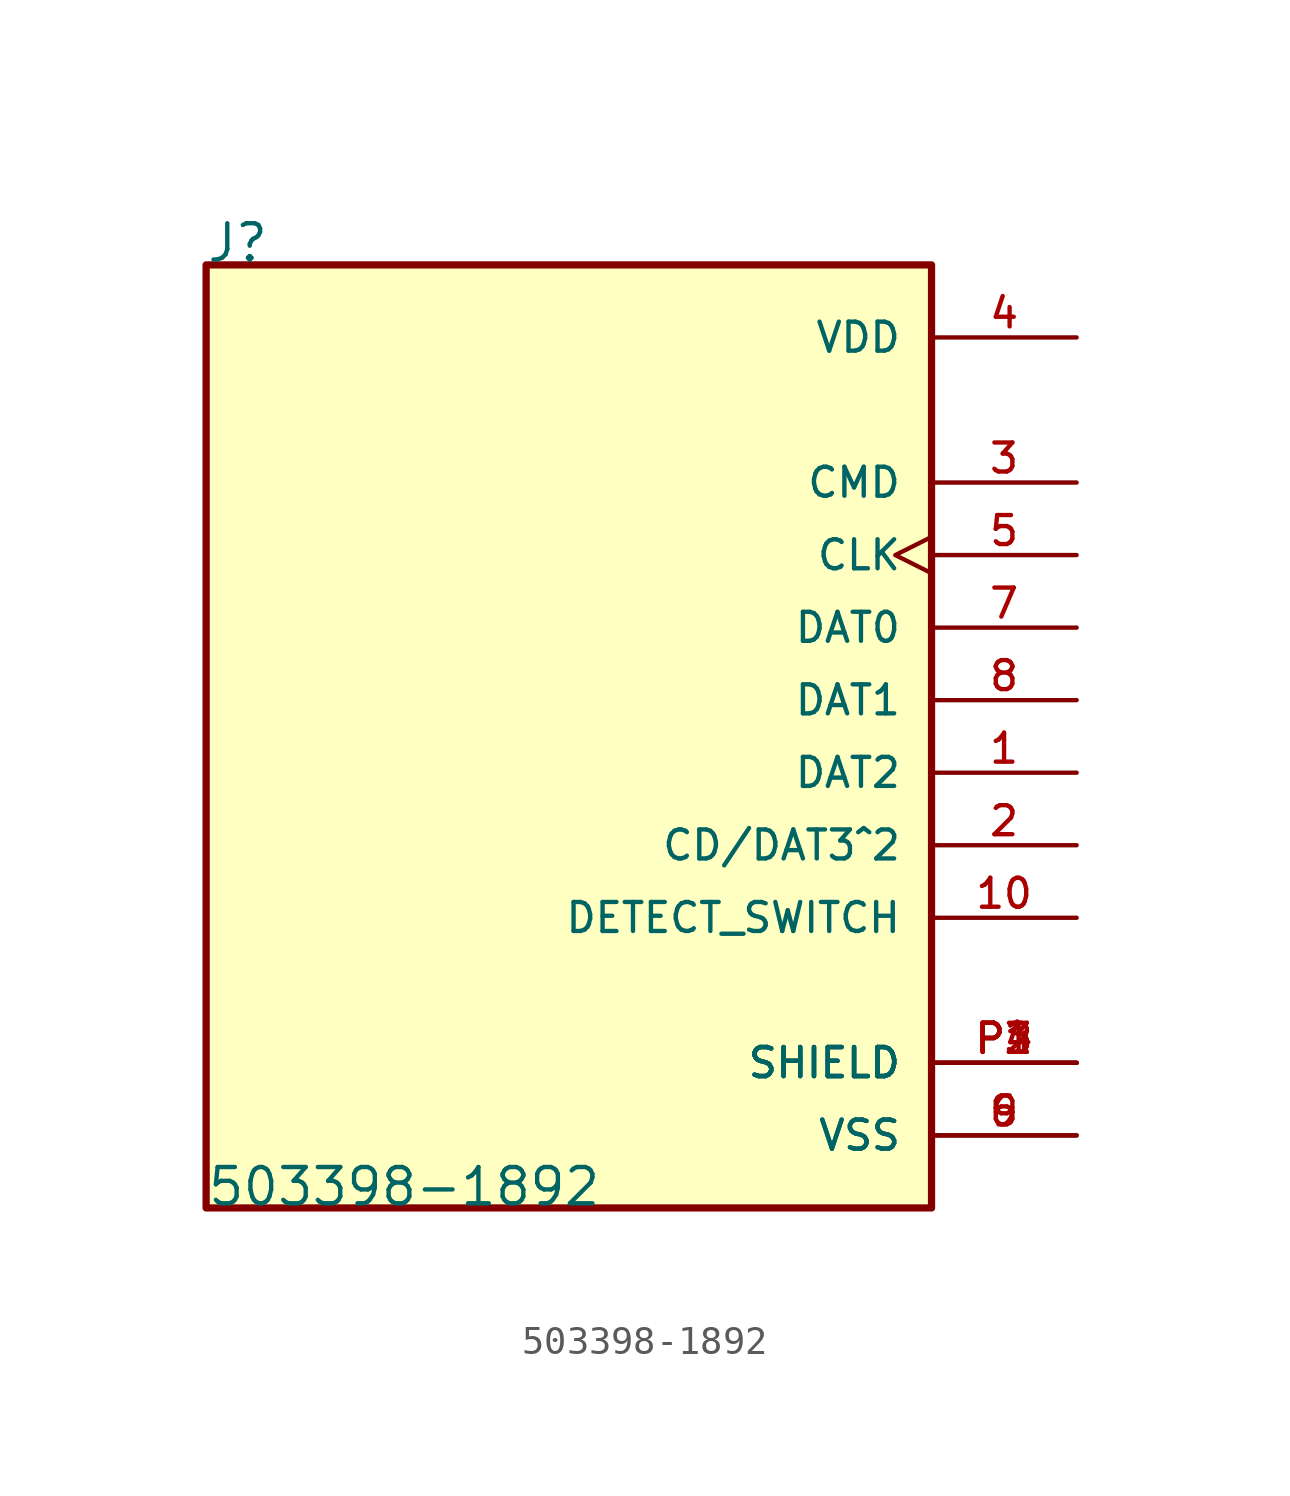
<source format=kicad_sym>
(kicad_symbol_lib
  (version 20211014)
  (generator kicad_symbol_editor)
  (symbol "503398-1892"
    (pin_names
      (offset 1.016))
    (property "Reference" "J"
      (at -12.725 15.265 0)
      (effects (font (size 1.27 1.27)) (justify left bottom)))
    (property "Value" "503398-1892"
      (at -12.7 -17.78 0)
      (effects (font (size 1.27 1.27)) (justify left bottom)))
    (property "ki_locked" ""
      (at 0 0 0)
      (effects (font (size 1.27 1.27))))
    (symbol "503398-1892_0_0"
      (rectangle (start -12.7 -17.78) (end 12.7 15.24) (stroke (width 0.254) (type default) (color 0 0 0 0)) (fill (type background)))
      (pin passive line (at 17.78 -2.54 180) (length 5.08) (name "DAT2" (effects (font (size 1.016 1.016)))) (number "1" (effects (font (size 1.016 1.016)))))
      (pin passive line (at 17.78 -7.62 180) (length 5.08) (name "DETECT_SWITCH" (effects (font (size 1.016 1.016)))) (number "10" (effects (font (size 1.016 1.016)))))
      (pin passive line (at 17.78 -5.08 180) (length 5.08) (name "CD/DAT3^2" (effects (font (size 1.016 1.016)))) (number "2" (effects (font (size 1.016 1.016)))))
      (pin passive line (at 17.78 7.62 180) (length 5.08) (name "CMD" (effects (font (size 1.016 1.016)))) (number "3" (effects (font (size 1.016 1.016)))))
      (pin power_in line (at 17.78 12.7 180) (length 5.08) (name "VDD" (effects (font (size 1.016 1.016)))) (number "4" (effects (font (size 1.016 1.016)))))
      (pin passive clock (at 17.78 5.08 180) (length 5.08) (name "CLK" (effects (font (size 1.016 1.016)))) (number "5" (effects (font (size 1.016 1.016)))))
      (pin power_in line (at 17.78 -15.24 180) (length 5.08) (name "VSS" (effects (font (size 1.016 1.016)))) (number "6" (effects (font (size 1.016 1.016)))))
      (pin passive line (at 17.78 2.54 180) (length 5.08) (name "DAT0" (effects (font (size 1.016 1.016)))) (number "7" (effects (font (size 1.016 1.016)))))
      (pin passive line (at 17.78 0 180) (length 5.08) (name "DAT1" (effects (font (size 1.016 1.016)))) (number "8" (effects (font (size 1.016 1.016)))))
      (pin power_in line (at 17.78 -15.24 180) (length 5.08) (name "VSS" (effects (font (size 1.016 1.016)))) (number "9" (effects (font (size 1.016 1.016)))))
      (pin passive line (at 17.78 -12.7 180) (length 5.08) (name "SHIELD" (effects (font (size 1.016 1.016)))) (number "P1" (effects (font (size 1.016 1.016)))))
      (pin passive line (at 17.78 -12.7 180) (length 5.08) (name "SHIELD" (effects (font (size 1.016 1.016)))) (number "P2" (effects (font (size 1.016 1.016)))))
      (pin passive line (at 17.78 -12.7 180) (length 5.08) (name "SHIELD" (effects (font (size 1.016 1.016)))) (number "P3" (effects (font (size 1.016 1.016)))))
      (pin passive line (at 17.78 -12.7 180) (length 5.08) (name "SHIELD" (effects (font (size 1.016 1.016)))) (number "P4" (effects (font (size 1.016 1.016))))))))
</source>
